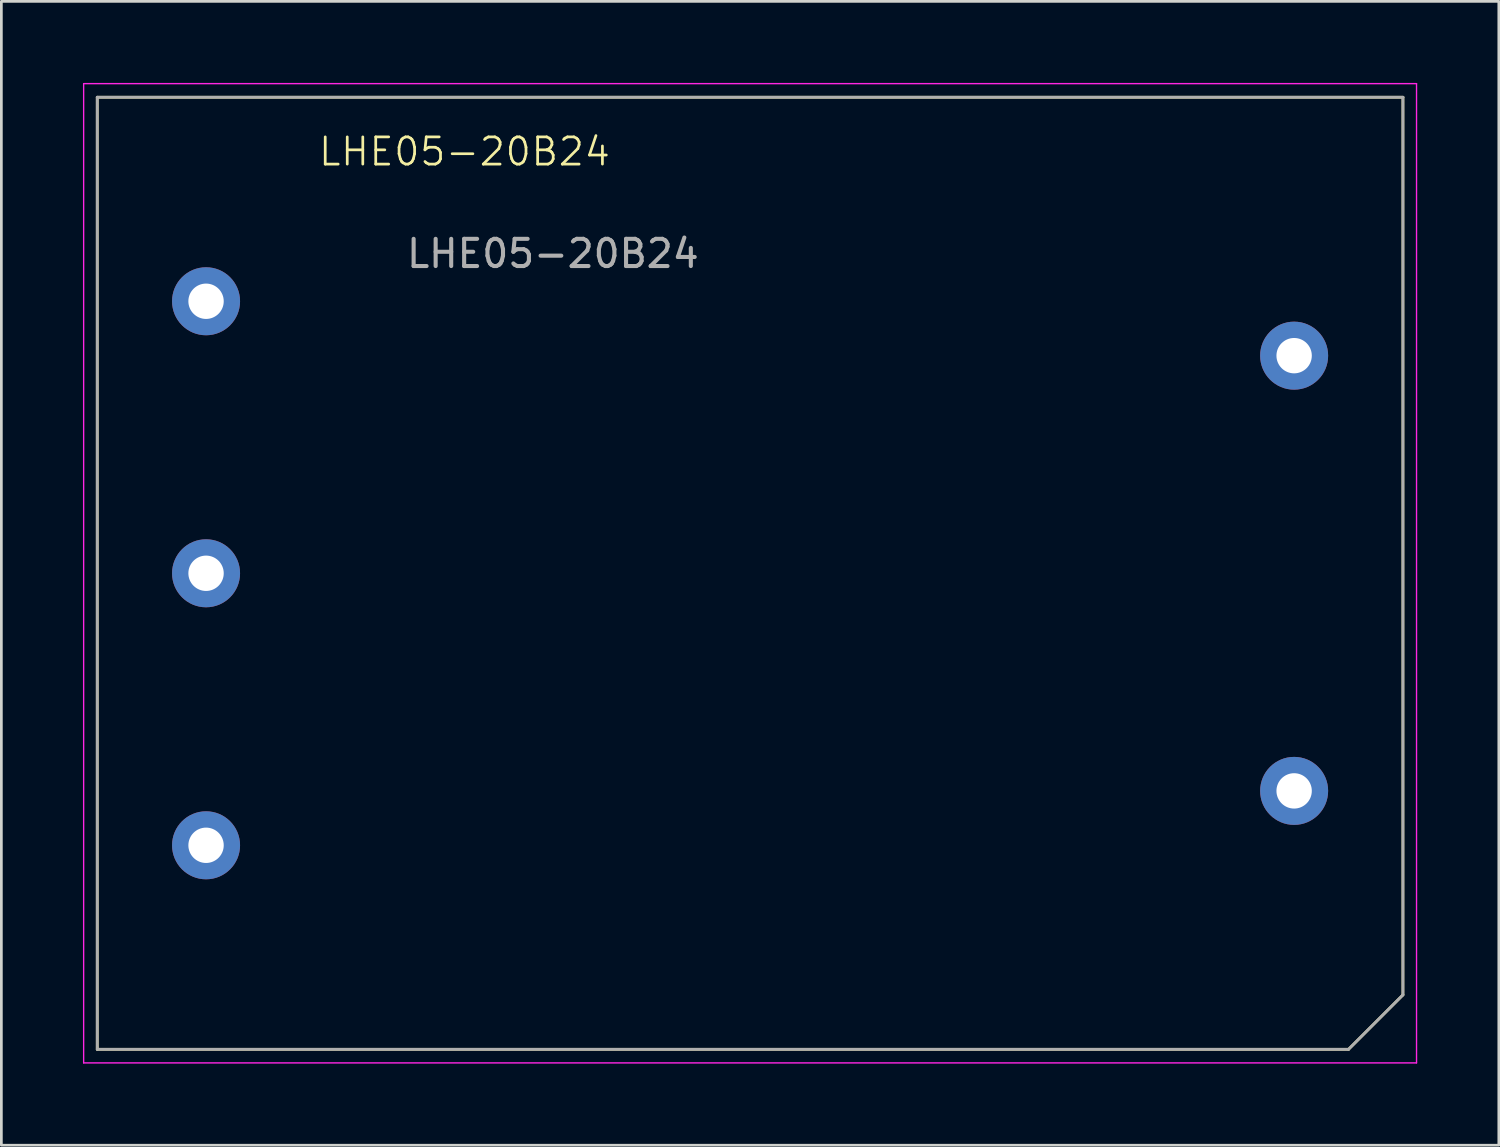
<source format=kicad_pcb>
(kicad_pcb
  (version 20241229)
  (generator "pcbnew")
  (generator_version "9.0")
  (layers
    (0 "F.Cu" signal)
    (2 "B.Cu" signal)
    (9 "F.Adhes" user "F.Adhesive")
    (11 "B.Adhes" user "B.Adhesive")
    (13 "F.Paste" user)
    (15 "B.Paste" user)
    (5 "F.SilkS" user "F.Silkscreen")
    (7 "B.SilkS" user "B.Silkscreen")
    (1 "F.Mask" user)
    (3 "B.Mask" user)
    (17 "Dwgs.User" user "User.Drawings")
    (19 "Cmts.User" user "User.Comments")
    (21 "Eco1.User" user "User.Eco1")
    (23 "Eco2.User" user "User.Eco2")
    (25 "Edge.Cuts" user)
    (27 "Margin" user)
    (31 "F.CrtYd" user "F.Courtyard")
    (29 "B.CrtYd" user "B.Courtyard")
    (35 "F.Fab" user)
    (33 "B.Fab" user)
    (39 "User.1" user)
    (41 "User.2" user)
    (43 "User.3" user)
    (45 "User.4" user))
  (footprint "LHE05-20B24"
    (layer "F.Cu")
    (at 24.525 18.025)
    (property "Reference" "LHE05-20B24" (at -10.5 -15.5 0) (unlocked yes) (layer "F.SilkS") (effects (font (size 1 1) (thickness 0.1))))
    (attr smd)
    (fp_line (start -24 -17.5) (end -24 17.5) (stroke (width 0.1) (type default)) (layer "F.SilkS"))
    (fp_line (start -24 17.5) (end 22 17.5) (stroke (width 0.1) (type default)) (layer "F.SilkS"))
    (fp_line (start 22 17.5) (end 24 15.5) (stroke (width 0.1) (type default)) (layer "F.SilkS"))
    (fp_line (start 24 -17.5) (end -24 -17.5) (stroke (width 0.1) (type default)) (layer "F.SilkS"))
    (fp_line (start 24 15.5) (end 24 -17.5) (stroke (width 0.1) (type default)) (layer "F.SilkS"))
    (fp_line (start -24.5 -18) (end -24.5 18) (stroke (width 0.05) (type default)) (layer "F.CrtYd"))
    (fp_line (start -24.5 18) (end 24.5 18) (stroke (width 0.05) (type default)) (layer "F.CrtYd"))
    (fp_line (start 24.5 -18) (end -24.5 -18) (stroke (width 0.05) (type default)) (layer "F.CrtYd"))
    (fp_line (start 24.5 18) (end 24.5 -18) (stroke (width 0.05) (type default)) (layer "F.CrtYd"))
    (fp_line (start -24 -17.5) (end -24 17.5) (stroke (width 0.1) (type default)) (layer "F.Fab"))
    (fp_line (start -24 17.5) (end 22 17.5) (stroke (width 0.1) (type default)) (layer "F.Fab"))
    (fp_line (start 22 17.5) (end 24 15.5) (stroke (width 0.1) (type default)) (layer "F.Fab"))
    (fp_line (start 24 -17.5) (end -24 -17.5) (stroke (width 0.1) (type default)) (layer "F.Fab"))
    (fp_line (start 24 15.5) (end 24 -17.5) (stroke (width 0.1) (type default)) (layer "F.Fab"))
    (fp_text user "${REFERENCE}" (at -7.25 -11.75 0) (unlocked yes) (layer "F.Fab") (effects (font (size 1 1) (thickness 0.15))))
    (pad "1" thru_hole circle (at -20 10) (size 2.5 2.5) (drill 1.3) (layers "*.Cu" "*.Mask"))
    (pad "2" thru_hole circle (at -20 0) (size 2.5 2.5) (drill 1.3) (layers "*.Cu" "*.Mask"))
    (pad "3" thru_hole circle (at -20 -10) (size 2.5 2.5) (drill 1.3) (layers "*.Cu" "*.Mask"))
    (pad "4" thru_hole circle (at 20 8) (size 2.5 2.5) (drill 1.3) (layers "*.Cu" "*.Mask"))
    (pad "5" thru_hole circle (at 20 -8) (size 2.5 2.5) (drill 1.3) (layers "*.Cu" "*.Mask")))
  (gr_rect
    (start -3 -3)
    (end 52.05 39.05)
    (stroke (width 0.1) (type default))
    (fill no)
    (layer "Edge.Cuts")))
</source>
